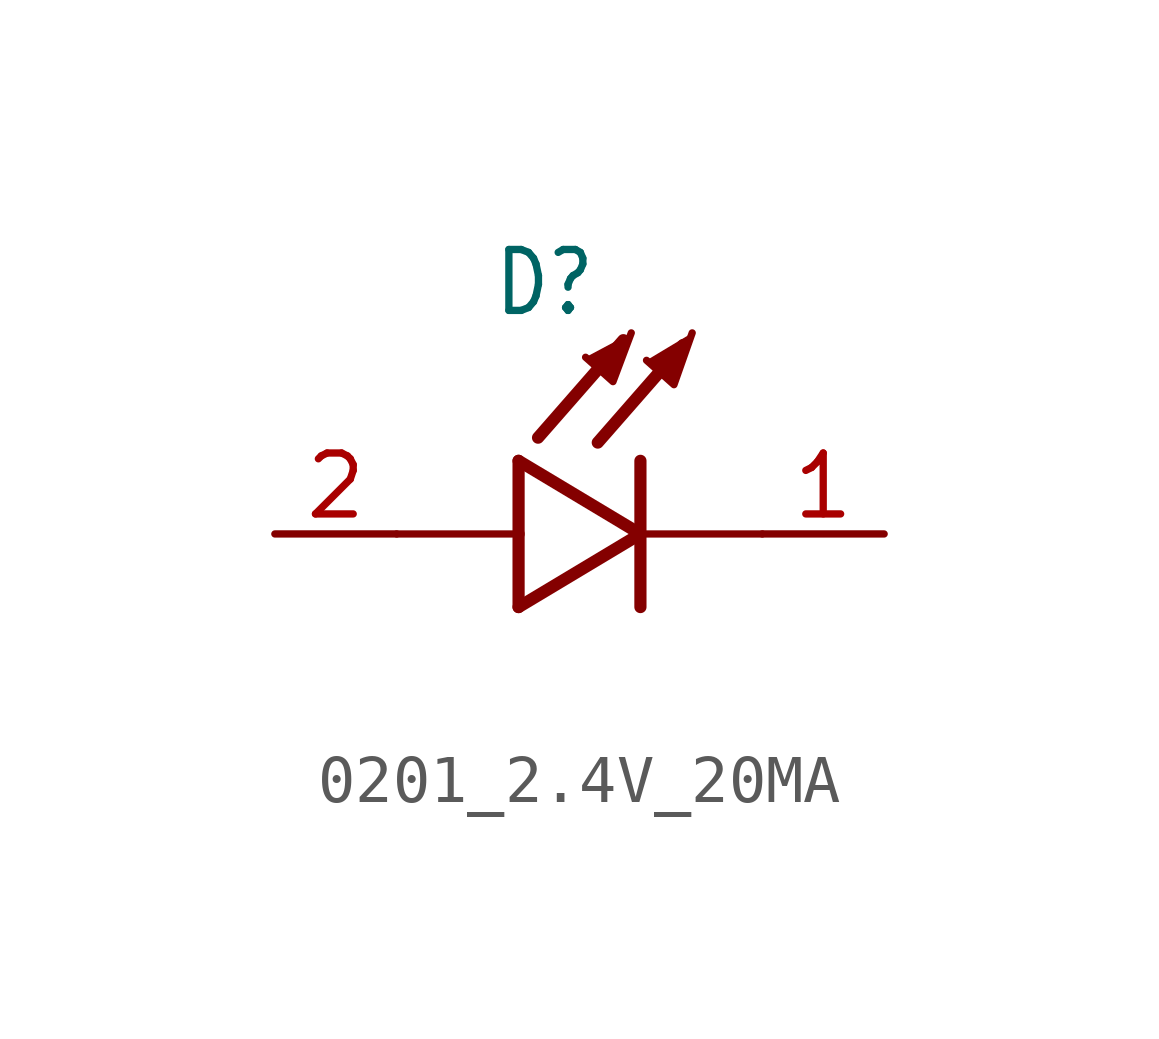
<source format=kicad_sym>
(kicad_symbol_lib
  (version 20231120)
  (generator "kicad_symbol_editor")
  (generator_version "8.0")
  (symbol "0201_2.4V_20MA"
    (property "Reference" "D"
      (at -3.099 4.496 0)
      (effects (font (size 1.27 1.079)) (justify left bottom)))
    (property "Value" ""
      (at -3.556 -3.302 0)
      (effects (font (size 1.27 1.079)) (justify left bottom)))
    (property "ki_locked" ""
      (at 0 0 0)
      (effects (font (size 1.27 1.27))))
    (symbol "0201_2.4V_20MA_1_0"
      (polyline (pts (xy -2.54 -1.524) (xy 0 0)) (stroke (width 0.254) (type solid)) (fill (type none)))
      (polyline (pts (xy -2.54 0) (xy -5.08 0)) (stroke (width 0.152) (type solid)) (fill (type none)))
      (polyline (pts (xy -2.54 0) (xy -2.54 -1.524)) (stroke (width 0.254) (type solid)) (fill (type none)))
      (polyline (pts (xy -2.54 1.524) (xy -2.54 0)) (stroke (width 0.254) (type solid)) (fill (type none)))
      (polyline (pts (xy -0.356 4.039) (xy -2.134 2.007)) (stroke (width 0.254) (type solid)) (fill (type none)))
      (polyline (pts (xy 0 0) (xy -2.54 1.524)) (stroke (width 0.254) (type solid)) (fill (type none)))
      (polyline (pts (xy 0 0) (xy 0 -1.524)) (stroke (width 0.254) (type solid)) (fill (type none)))
      (polyline (pts (xy 0 1.524) (xy 0 0)) (stroke (width 0.254) (type solid)) (fill (type none)))
      (polyline (pts (xy 0.889 3.937) (xy -0.889 1.905)) (stroke (width 0.254) (type solid)) (fill (type none)))
      (polyline (pts (xy 2.54 0) (xy 0 0)) (stroke (width 0.152) (type solid)) (fill (type none)))
      (polyline (pts (xy 0.127 3.619) (xy 0.699 3.111) (xy 1.079 4.191)) (stroke (width 0.152) (type solid)) (fill (type outline)))
      (polyline (pts (xy -1.143 3.683) (xy -0.572 3.175) (xy -0.191 4.191) (xy -0.191 4.191)) (stroke (width 0.152) (type solid)) (fill (type outline)))
      (pin passive line (at 5.08 0 180) (length 2.54) (name "K" (effects (font (size 0 0)))) (number "1" (effects (font (size 1.27 1.27)))))
      (pin passive line (at -7.62 0 0) (length 2.54) (name "A" (effects (font (size 0 0)))) (number "2" (effects (font (size 1.27 1.27))))))))
</source>
